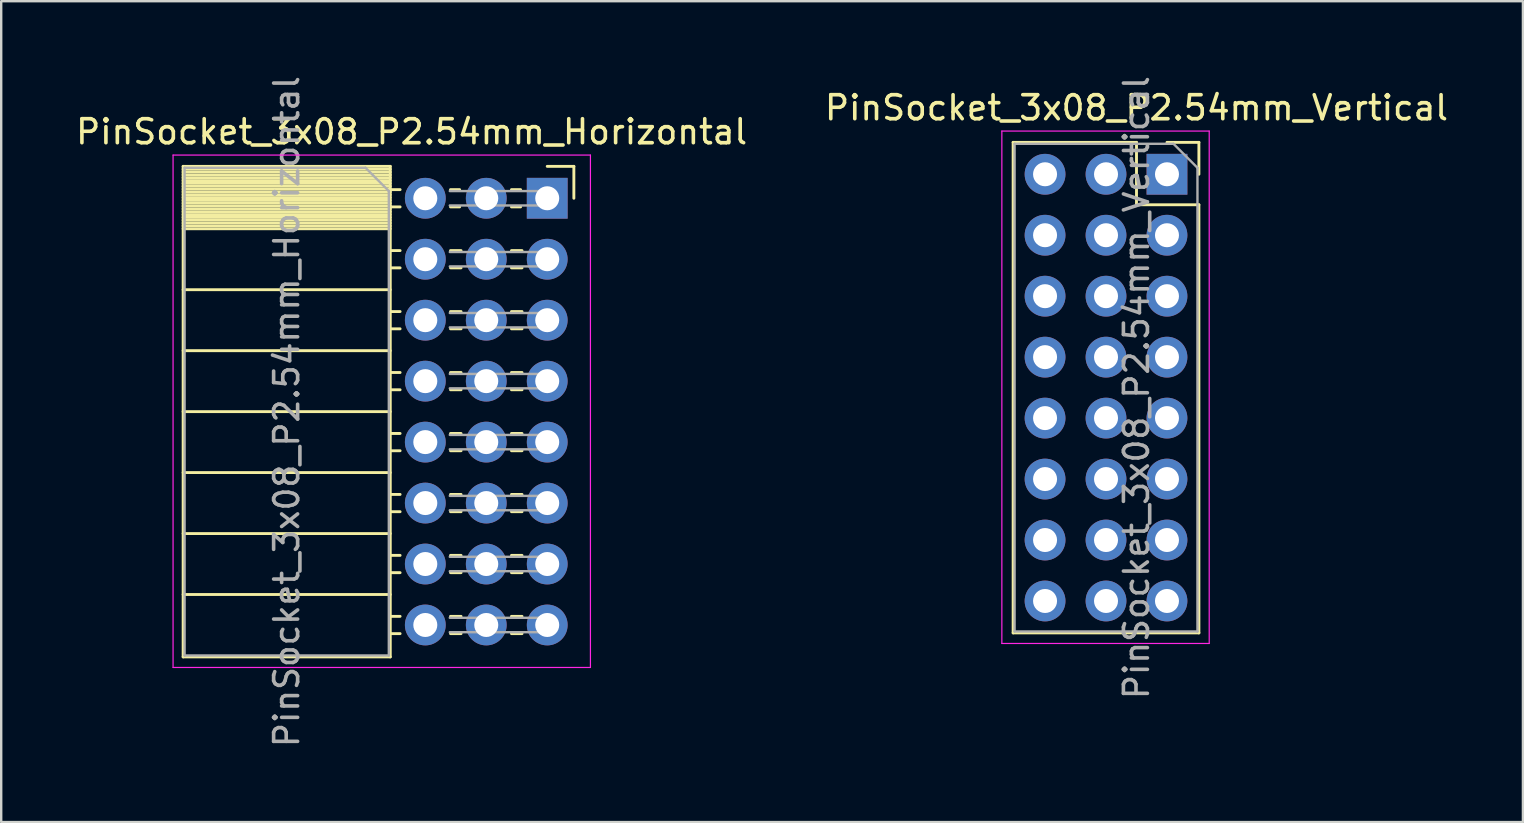
<source format=kicad_pcb>
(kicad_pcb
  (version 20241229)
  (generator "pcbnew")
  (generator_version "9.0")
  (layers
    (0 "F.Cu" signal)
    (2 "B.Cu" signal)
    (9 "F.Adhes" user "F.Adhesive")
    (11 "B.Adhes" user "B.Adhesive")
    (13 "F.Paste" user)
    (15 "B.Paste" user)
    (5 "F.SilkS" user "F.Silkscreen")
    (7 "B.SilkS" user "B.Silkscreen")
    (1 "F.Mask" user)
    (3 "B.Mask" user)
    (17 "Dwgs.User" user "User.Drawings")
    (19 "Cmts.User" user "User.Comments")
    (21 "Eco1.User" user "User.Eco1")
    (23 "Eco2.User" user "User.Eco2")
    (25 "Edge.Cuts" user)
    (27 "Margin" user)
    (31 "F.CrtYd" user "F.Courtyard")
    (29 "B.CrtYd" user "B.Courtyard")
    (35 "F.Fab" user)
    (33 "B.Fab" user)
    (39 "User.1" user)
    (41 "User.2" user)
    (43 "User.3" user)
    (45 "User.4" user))
  (footprint "PinSocket_3x08_P2.54mm_Horizontal"
    (layer "F.Cu")
    (at 19.751 5.211)
    (property "Reference" "PinSocket_3x08_P2.54mm_Horizontal" (at -5.65 -2.77 0) (layer "F.SilkS") (effects (font (size 1 1) (thickness 0.15))))
    (attr through_hole)
    (fp_line (start -15.17 -1.33) (end -15.17 19.11) (stroke (width 0.12) (type solid)) (layer "F.SilkS"))
    (fp_line (start -15.17 -1.33) (end -6.54 -1.33) (stroke (width 0.12) (type solid)) (layer "F.SilkS"))
    (fp_line (start -15.17 -1.21) (end -6.54 -1.21) (stroke (width 0.12) (type solid)) (layer "F.SilkS"))
    (fp_line (start -15.17 -1.092) (end -6.54 -1.092) (stroke (width 0.12) (type solid)) (layer "F.SilkS"))
    (fp_line (start -15.17 -0.974) (end -6.54 -0.974) (stroke (width 0.12) (type solid)) (layer "F.SilkS"))
    (fp_line (start -15.17 -0.856) (end -6.54 -0.856) (stroke (width 0.12) (type solid)) (layer "F.SilkS"))
    (fp_line (start -15.17 -0.738) (end -6.54 -0.738) (stroke (width 0.12) (type solid)) (layer "F.SilkS"))
    (fp_line (start -15.17 -0.62) (end -6.54 -0.62) (stroke (width 0.12) (type solid)) (layer "F.SilkS"))
    (fp_line (start -15.17 -0.501) (end -6.54 -0.501) (stroke (width 0.12) (type solid)) (layer "F.SilkS"))
    (fp_line (start -15.17 -0.383) (end -6.54 -0.383) (stroke (width 0.12) (type solid)) (layer "F.SilkS"))
    (fp_line (start -15.17 -0.265) (end -6.54 -0.265) (stroke (width 0.12) (type solid)) (layer "F.SilkS"))
    (fp_line (start -15.17 -0.147) (end -6.54 -0.147) (stroke (width 0.12) (type solid)) (layer "F.SilkS"))
    (fp_line (start -15.17 -0.029) (end -6.54 -0.029) (stroke (width 0.12) (type solid)) (layer "F.SilkS"))
    (fp_line (start -15.17 0.089) (end -6.54 0.089) (stroke (width 0.12) (type solid)) (layer "F.SilkS"))
    (fp_line (start -15.17 0.207) (end -6.54 0.207) (stroke (width 0.12) (type solid)) (layer "F.SilkS"))
    (fp_line (start -15.17 0.325) (end -6.54 0.325) (stroke (width 0.12) (type solid)) (layer "F.SilkS"))
    (fp_line (start -15.17 0.443) (end -6.54 0.443) (stroke (width 0.12) (type solid)) (layer "F.SilkS"))
    (fp_line (start -15.17 0.561) (end -6.54 0.561) (stroke (width 0.12) (type solid)) (layer "F.SilkS"))
    (fp_line (start -15.17 0.68) (end -6.54 0.68) (stroke (width 0.12) (type solid)) (layer "F.SilkS"))
    (fp_line (start -15.17 0.798) (end -6.54 0.798) (stroke (width 0.12) (type solid)) (layer "F.SilkS"))
    (fp_line (start -15.17 0.916) (end -6.54 0.916) (stroke (width 0.12) (type solid)) (layer "F.SilkS"))
    (fp_line (start -15.17 1.034) (end -6.54 1.034) (stroke (width 0.12) (type solid)) (layer "F.SilkS"))
    (fp_line (start -15.17 1.152) (end -6.54 1.152) (stroke (width 0.12) (type solid)) (layer "F.SilkS"))
    (fp_line (start -15.17 1.27) (end -6.54 1.27) (stroke (width 0.12) (type solid)) (layer "F.SilkS"))
    (fp_line (start -15.17 3.81) (end -6.54 3.81) (stroke (width 0.12) (type solid)) (layer "F.SilkS"))
    (fp_line (start -15.17 6.35) (end -6.54 6.35) (stroke (width 0.12) (type solid)) (layer "F.SilkS"))
    (fp_line (start -15.17 8.89) (end -6.54 8.89) (stroke (width 0.12) (type solid)) (layer "F.SilkS"))
    (fp_line (start -15.17 11.43) (end -6.54 11.43) (stroke (width 0.12) (type solid)) (layer "F.SilkS"))
    (fp_line (start -15.17 13.97) (end -6.54 13.97) (stroke (width 0.12) (type solid)) (layer "F.SilkS"))
    (fp_line (start -15.17 16.51) (end -6.54 16.51) (stroke (width 0.12) (type solid)) (layer "F.SilkS"))
    (fp_line (start -15.17 19.11) (end -6.54 19.11) (stroke (width 0.12) (type solid)) (layer "F.SilkS"))
    (fp_line (start -6.54 -1.33) (end -6.54 19.11) (stroke (width 0.12) (type solid)) (layer "F.SilkS"))
    (fp_line (start -6.54 -0.36) (end -6.13 -0.36) (stroke (width 0.12) (type solid)) (layer "F.SilkS"))
    (fp_line (start -6.54 0.36) (end -6.13 0.36) (stroke (width 0.12) (type solid)) (layer "F.SilkS"))
    (fp_line (start -6.54 2.18) (end -6.13 2.18) (stroke (width 0.12) (type solid)) (layer "F.SilkS"))
    (fp_line (start -6.54 2.9) (end -6.13 2.9) (stroke (width 0.12) (type solid)) (layer "F.SilkS"))
    (fp_line (start -6.54 4.72) (end -6.13 4.72) (stroke (width 0.12) (type solid)) (layer "F.SilkS"))
    (fp_line (start -6.54 5.44) (end -6.13 5.44) (stroke (width 0.12) (type solid)) (layer "F.SilkS"))
    (fp_line (start -6.54 7.26) (end -6.13 7.26) (stroke (width 0.12) (type solid)) (layer "F.SilkS"))
    (fp_line (start -6.54 7.98) (end -6.13 7.98) (stroke (width 0.12) (type solid)) (layer "F.SilkS"))
    (fp_line (start -6.54 9.8) (end -6.13 9.8) (stroke (width 0.12) (type solid)) (layer "F.SilkS"))
    (fp_line (start -6.54 10.52) (end -6.13 10.52) (stroke (width 0.12) (type solid)) (layer "F.SilkS"))
    (fp_line (start -6.54 12.34) (end -6.13 12.34) (stroke (width 0.12) (type solid)) (layer "F.SilkS"))
    (fp_line (start -6.54 13.06) (end -6.13 13.06) (stroke (width 0.12) (type solid)) (layer "F.SilkS"))
    (fp_line (start -6.54 14.88) (end -6.13 14.88) (stroke (width 0.12) (type solid)) (layer "F.SilkS"))
    (fp_line (start -6.54 15.6) (end -6.13 15.6) (stroke (width 0.12) (type solid)) (layer "F.SilkS"))
    (fp_line (start -6.54 17.42) (end -6.13 17.42) (stroke (width 0.12) (type solid)) (layer "F.SilkS"))
    (fp_line (start -6.54 18.14) (end -6.13 18.14) (stroke (width 0.12) (type solid)) (layer "F.SilkS"))
    (fp_line (start -4.03 -0.36) (end -3.65 -0.36) (stroke (width 0.12) (type solid)) (layer "F.SilkS"))
    (fp_line (start -4.03 0.36) (end -3.65 0.36) (stroke (width 0.12) (type solid)) (layer "F.SilkS"))
    (fp_line (start -4.03 2.18) (end -3.59 2.18) (stroke (width 0.12) (type solid)) (layer "F.SilkS"))
    (fp_line (start -4.03 2.9) (end -3.59 2.9) (stroke (width 0.12) (type solid)) (layer "F.SilkS"))
    (fp_line (start -4.03 4.72) (end -3.59 4.72) (stroke (width 0.12) (type solid)) (layer "F.SilkS"))
    (fp_line (start -4.03 5.44) (end -3.59 5.44) (stroke (width 0.12) (type solid)) (layer "F.SilkS"))
    (fp_line (start -4.03 7.26) (end -3.59 7.26) (stroke (width 0.12) (type solid)) (layer "F.SilkS"))
    (fp_line (start -4.03 7.98) (end -3.59 7.98) (stroke (width 0.12) (type solid)) (layer "F.SilkS"))
    (fp_line (start -4.03 9.8) (end -3.59 9.8) (stroke (width 0.12) (type solid)) (layer "F.SilkS"))
    (fp_line (start -4.03 10.52) (end -3.59 10.52) (stroke (width 0.12) (type solid)) (layer "F.SilkS"))
    (fp_line (start -4.03 12.34) (end -3.59 12.34) (stroke (width 0.12) (type solid)) (layer "F.SilkS"))
    (fp_line (start -4.03 13.06) (end -3.59 13.06) (stroke (width 0.12) (type solid)) (layer "F.SilkS"))
    (fp_line (start -4.03 14.88) (end -3.59 14.88) (stroke (width 0.12) (type solid)) (layer "F.SilkS"))
    (fp_line (start -4.03 15.6) (end -3.59 15.6) (stroke (width 0.12) (type solid)) (layer "F.SilkS"))
    (fp_line (start -4.03 17.42) (end -3.59 17.42) (stroke (width 0.12) (type solid)) (layer "F.SilkS"))
    (fp_line (start -4.03 18.14) (end -3.59 18.14) (stroke (width 0.12) (type solid)) (layer "F.SilkS"))
    (fp_line (start -1.49 -0.36) (end -1.11 -0.36) (stroke (width 0.12) (type solid)) (layer "F.SilkS"))
    (fp_line (start -1.49 0.36) (end -1.11 0.36) (stroke (width 0.12) (type solid)) (layer "F.SilkS"))
    (fp_line (start -1.49 2.18) (end -1.05 2.18) (stroke (width 0.12) (type solid)) (layer "F.SilkS"))
    (fp_line (start -1.49 2.9) (end -1.05 2.9) (stroke (width 0.12) (type solid)) (layer "F.SilkS"))
    (fp_line (start -1.49 4.72) (end -1.05 4.72) (stroke (width 0.12) (type solid)) (layer "F.SilkS"))
    (fp_line (start -1.49 5.44) (end -1.05 5.44) (stroke (width 0.12) (type solid)) (layer "F.SilkS"))
    (fp_line (start -1.49 7.26) (end -1.05 7.26) (stroke (width 0.12) (type solid)) (layer "F.SilkS"))
    (fp_line (start -1.49 7.98) (end -1.05 7.98) (stroke (width 0.12) (type solid)) (layer "F.SilkS"))
    (fp_line (start -1.49 9.8) (end -1.05 9.8) (stroke (width 0.12) (type solid)) (layer "F.SilkS"))
    (fp_line (start -1.49 10.52) (end -1.05 10.52) (stroke (width 0.12) (type solid)) (layer "F.SilkS"))
    (fp_line (start -1.49 12.34) (end -1.05 12.34) (stroke (width 0.12) (type solid)) (layer "F.SilkS"))
    (fp_line (start -1.49 13.06) (end -1.05 13.06) (stroke (width 0.12) (type solid)) (layer "F.SilkS"))
    (fp_line (start -1.49 14.88) (end -1.05 14.88) (stroke (width 0.12) (type solid)) (layer "F.SilkS"))
    (fp_line (start -1.49 15.6) (end -1.05 15.6) (stroke (width 0.12) (type solid)) (layer "F.SilkS"))
    (fp_line (start -1.49 17.42) (end -1.05 17.42) (stroke (width 0.12) (type solid)) (layer "F.SilkS"))
    (fp_line (start -1.49 18.14) (end -1.05 18.14) (stroke (width 0.12) (type solid)) (layer "F.SilkS"))
    (fp_line (start 0 -1.33) (end 1.11 -1.33) (stroke (width 0.12) (type solid)) (layer "F.SilkS"))
    (fp_line (start 1.11 -1.33) (end 1.11 0) (stroke (width 0.12) (type solid)) (layer "F.SilkS"))
    (fp_line (start -15.59 -1.8) (end -15.59 19.55) (stroke (width 0.05) (type solid)) (layer "F.CrtYd"))
    (fp_line (start -15.59 19.55) (end 1.8 19.55) (stroke (width 0.05) (type solid)) (layer "F.CrtYd"))
    (fp_line (start 1.8 -1.8) (end -15.59 -1.8) (stroke (width 0.05) (type solid)) (layer "F.CrtYd"))
    (fp_line (start 1.8 19.55) (end 1.8 -1.8) (stroke (width 0.05) (type solid)) (layer "F.CrtYd"))
    (fp_line (start -15.11 -1.27) (end -7.57 -1.27) (stroke (width 0.1) (type solid)) (layer "F.Fab"))
    (fp_line (start -15.11 19.05) (end -15.11 -1.27) (stroke (width 0.1) (type solid)) (layer "F.Fab"))
    (fp_line (start -7.57 -1.27) (end -6.6 -0.3) (stroke (width 0.1) (type solid)) (layer "F.Fab"))
    (fp_line (start -6.6 -0.3) (end -6.6 19.05) (stroke (width 0.1) (type solid)) (layer "F.Fab"))
    (fp_line (start -6.6 19.05) (end -15.11 19.05) (stroke (width 0.1) (type solid)) (layer "F.Fab"))
    (fp_line (start -4.06 0.3) (end 0 0.3) (stroke (width 0.1) (type solid)) (layer "F.Fab"))
    (fp_line (start -4.06 2.84) (end 0 2.84) (stroke (width 0.1) (type solid)) (layer "F.Fab"))
    (fp_line (start -4.06 5.38) (end 0 5.38) (stroke (width 0.1) (type solid)) (layer "F.Fab"))
    (fp_line (start -4.06 7.92) (end 0 7.92) (stroke (width 0.1) (type solid)) (layer "F.Fab"))
    (fp_line (start -4.06 10.46) (end 0 10.46) (stroke (width 0.1) (type solid)) (layer "F.Fab"))
    (fp_line (start -4.06 13) (end 0 13) (stroke (width 0.1) (type solid)) (layer "F.Fab"))
    (fp_line (start -4.06 15.54) (end 0 15.54) (stroke (width 0.1) (type solid)) (layer "F.Fab"))
    (fp_line (start -4.06 18.08) (end 0 18.08) (stroke (width 0.1) (type solid)) (layer "F.Fab"))
    (fp_line (start 0 -0.3) (end -4.06 -0.3) (stroke (width 0.1) (type solid)) (layer "F.Fab"))
    (fp_line (start 0 0.3) (end 0 -0.3) (stroke (width 0.1) (type solid)) (layer "F.Fab"))
    (fp_line (start 0 2.24) (end -4.06 2.24) (stroke (width 0.1) (type solid)) (layer "F.Fab"))
    (fp_line (start 0 2.84) (end 0 2.24) (stroke (width 0.1) (type solid)) (layer "F.Fab"))
    (fp_line (start 0 4.78) (end -4.06 4.78) (stroke (width 0.1) (type solid)) (layer "F.Fab"))
    (fp_line (start 0 5.38) (end 0 4.78) (stroke (width 0.1) (type solid)) (layer "F.Fab"))
    (fp_line (start 0 7.32) (end -4.06 7.32) (stroke (width 0.1) (type solid)) (layer "F.Fab"))
    (fp_line (start 0 7.92) (end 0 7.32) (stroke (width 0.1) (type solid)) (layer "F.Fab"))
    (fp_line (start 0 9.86) (end -4.06 9.86) (stroke (width 0.1) (type solid)) (layer "F.Fab"))
    (fp_line (start 0 10.46) (end 0 9.86) (stroke (width 0.1) (type solid)) (layer "F.Fab"))
    (fp_line (start 0 12.4) (end -4.06 12.4) (stroke (width 0.1) (type solid)) (layer "F.Fab"))
    (fp_line (start 0 13) (end 0 12.4) (stroke (width 0.1) (type solid)) (layer "F.Fab"))
    (fp_line (start 0 14.94) (end -4.06 14.94) (stroke (width 0.1) (type solid)) (layer "F.Fab"))
    (fp_line (start 0 15.54) (end 0 14.94) (stroke (width 0.1) (type solid)) (layer "F.Fab"))
    (fp_line (start 0 17.48) (end -4.06 17.48) (stroke (width 0.1) (type solid)) (layer "F.Fab"))
    (fp_line (start 0 18.08) (end 0 17.48) (stroke (width 0.1) (type solid)) (layer "F.Fab"))
    (fp_text user "${REFERENCE}" (at -10.855 8.89 90) (layer "F.Fab") (effects (font (size 1 1) (thickness 0.15))))
    (pad "1A" thru_hole rect (at 0 0) (size 1.7 1.7) (drill 1) (layers "*.Cu" "*.Mask"))
    (pad "1B" thru_hole oval (at -2.54 0) (size 1.7 1.7) (drill 1) (layers "*.Cu" "*.Mask"))
    (pad "1C" thru_hole oval (at -5.08 0) (size 1.7 1.7) (drill 1) (layers "*.Cu" "*.Mask"))
    (pad "2A" thru_hole oval (at 0 2.54) (size 1.7 1.7) (drill 1) (layers "*.Cu" "*.Mask"))
    (pad "2B" thru_hole oval (at -2.54 2.54) (size 1.7 1.7) (drill 1) (layers "*.Cu" "*.Mask"))
    (pad "2C" thru_hole oval (at -5.08 2.54) (size 1.7 1.7) (drill 1) (layers "*.Cu" "*.Mask"))
    (pad "3A" thru_hole oval (at 0 5.08) (size 1.7 1.7) (drill 1) (layers "*.Cu" "*.Mask"))
    (pad "3B" thru_hole oval (at -2.54 5.08) (size 1.7 1.7) (drill 1) (layers "*.Cu" "*.Mask"))
    (pad "3C" thru_hole oval (at -5.08 5.08) (size 1.7 1.7) (drill 1) (layers "*.Cu" "*.Mask"))
    (pad "4A" thru_hole oval (at 0 7.62) (size 1.7 1.7) (drill 1) (layers "*.Cu" "*.Mask"))
    (pad "4B" thru_hole oval (at -2.54 7.62) (size 1.7 1.7) (drill 1) (layers "*.Cu" "*.Mask"))
    (pad "4C" thru_hole oval (at -5.08 7.62) (size 1.7 1.7) (drill 1) (layers "*.Cu" "*.Mask"))
    (pad "5A" thru_hole oval (at 0 10.16) (size 1.7 1.7) (drill 1) (layers "*.Cu" "*.Mask"))
    (pad "5B" thru_hole oval (at -2.54 10.16) (size 1.7 1.7) (drill 1) (layers "*.Cu" "*.Mask"))
    (pad "5C" thru_hole oval (at -5.08 10.16) (size 1.7 1.7) (drill 1) (layers "*.Cu" "*.Mask"))
    (pad "6A" thru_hole oval (at 0 12.7) (size 1.7 1.7) (drill 1) (layers "*.Cu" "*.Mask"))
    (pad "6B" thru_hole oval (at -2.54 12.7) (size 1.7 1.7) (drill 1) (layers "*.Cu" "*.Mask"))
    (pad "6C" thru_hole oval (at -5.08 12.7) (size 1.7 1.7) (drill 1) (layers "*.Cu" "*.Mask"))
    (pad "7A" thru_hole oval (at 0 15.24) (size 1.7 1.7) (drill 1) (layers "*.Cu" "*.Mask"))
    (pad "7B" thru_hole oval (at -2.54 15.24) (size 1.7 1.7) (drill 1) (layers "*.Cu" "*.Mask"))
    (pad "7C" thru_hole oval (at -5.08 15.24) (size 1.7 1.7) (drill 1) (layers "*.Cu" "*.Mask"))
    (pad "8A" thru_hole oval (at 0 17.78) (size 1.7 1.7) (drill 1) (layers "*.Cu" "*.Mask"))
    (pad "8B" thru_hole oval (at -2.54 17.78) (size 1.7 1.7) (drill 1) (layers "*.Cu" "*.Mask"))
    (pad "8C" thru_hole oval (at -5.08 17.78) (size 1.7 1.7) (drill 1) (layers "*.Cu" "*.Mask")))
  (footprint "PinSocket_3x08_P2.54mm_Vertical"
    (layer "F.Cu")
    (at 45.574 4.211)
    (property "Reference" "PinSocket_3x08_P2.54mm_Vertical" (at -1.27 -2.77 0) (layer "F.SilkS") (effects (font (size 1 1) (thickness 0.15))))
    (attr through_hole)
    (fp_line (start -6.41 -1.33) (end -6.41 19.11) (stroke (width 0.12) (type solid)) (layer "F.SilkS"))
    (fp_line (start -6.41 -1.33) (end -1.27 -1.33) (stroke (width 0.12) (type solid)) (layer "F.SilkS"))
    (fp_line (start -6.41 19.11) (end 1.33 19.11) (stroke (width 0.12) (type solid)) (layer "F.SilkS"))
    (fp_line (start -1.27 -1.33) (end -1.27 1.27) (stroke (width 0.12) (type solid)) (layer "F.SilkS"))
    (fp_line (start -1.27 1.27) (end 1.33 1.27) (stroke (width 0.12) (type solid)) (layer "F.SilkS"))
    (fp_line (start 0 -1.33) (end 1.33 -1.33) (stroke (width 0.12) (type solid)) (layer "F.SilkS"))
    (fp_line (start 1.33 -1.33) (end 1.33 0) (stroke (width 0.12) (type solid)) (layer "F.SilkS"))
    (fp_line (start 1.33 1.27) (end 1.33 19.11) (stroke (width 0.12) (type solid)) (layer "F.SilkS"))
    (fp_line (start -6.88 -1.8) (end 1.76 -1.8) (stroke (width 0.05) (type solid)) (layer "F.CrtYd"))
    (fp_line (start -6.88 19.55) (end -6.88 -1.8) (stroke (width 0.05) (type solid)) (layer "F.CrtYd"))
    (fp_line (start 1.76 -1.8) (end 1.76 19.55) (stroke (width 0.05) (type solid)) (layer "F.CrtYd"))
    (fp_line (start 1.76 19.55) (end -6.88 19.55) (stroke (width 0.05) (type solid)) (layer "F.CrtYd"))
    (fp_line (start -6.35 -1.27) (end 0.27 -1.27) (stroke (width 0.1) (type solid)) (layer "F.Fab"))
    (fp_line (start -6.35 19.05) (end -6.35 -1.27) (stroke (width 0.1) (type solid)) (layer "F.Fab"))
    (fp_line (start 0.27 -1.27) (end 1.27 -0.27) (stroke (width 0.1) (type solid)) (layer "F.Fab"))
    (fp_line (start 1.27 -0.27) (end 1.27 19.05) (stroke (width 0.1) (type solid)) (layer "F.Fab"))
    (fp_line (start 1.27 19.05) (end -6.35 19.05) (stroke (width 0.1) (type solid)) (layer "F.Fab"))
    (fp_text user "${REFERENCE}" (at -1.27 8.89 90) (layer "F.Fab") (effects (font (size 1 1) (thickness 0.15))))
    (pad "1A" thru_hole rect (at 0 0) (size 1.7 1.7) (drill 1) (layers "*.Cu" "*.Mask"))
    (pad "1B" thru_hole oval (at -2.54 0) (size 1.7 1.7) (drill 1) (layers "*.Cu" "*.Mask"))
    (pad "1C" thru_hole oval (at -5.08 0) (size 1.7 1.7) (drill 1) (layers "*.Cu" "*.Mask"))
    (pad "2A" thru_hole oval (at 0 2.54) (size 1.7 1.7) (drill 1) (layers "*.Cu" "*.Mask"))
    (pad "2B" thru_hole oval (at -2.54 2.54) (size 1.7 1.7) (drill 1) (layers "*.Cu" "*.Mask"))
    (pad "2C" thru_hole oval (at -5.08 2.54) (size 1.7 1.7) (drill 1) (layers "*.Cu" "*.Mask"))
    (pad "3A" thru_hole oval (at 0 5.08) (size 1.7 1.7) (drill 1) (layers "*.Cu" "*.Mask"))
    (pad "3B" thru_hole oval (at -2.54 5.08) (size 1.7 1.7) (drill 1) (layers "*.Cu" "*.Mask"))
    (pad "3C" thru_hole oval (at -5.08 5.08) (size 1.7 1.7) (drill 1) (layers "*.Cu" "*.Mask"))
    (pad "4A" thru_hole oval (at 0 7.62) (size 1.7 1.7) (drill 1) (layers "*.Cu" "*.Mask"))
    (pad "4B" thru_hole oval (at -2.54 7.62) (size 1.7 1.7) (drill 1) (layers "*.Cu" "*.Mask"))
    (pad "4C" thru_hole oval (at -5.08 7.62) (size 1.7 1.7) (drill 1) (layers "*.Cu" "*.Mask"))
    (pad "5A" thru_hole oval (at 0 10.16) (size 1.7 1.7) (drill 1) (layers "*.Cu" "*.Mask"))
    (pad "5B" thru_hole oval (at -2.54 10.16) (size 1.7 1.7) (drill 1) (layers "*.Cu" "*.Mask"))
    (pad "5C" thru_hole oval (at -5.08 10.16) (size 1.7 1.7) (drill 1) (layers "*.Cu" "*.Mask"))
    (pad "6A" thru_hole oval (at 0 12.7) (size 1.7 1.7) (drill 1) (layers "*.Cu" "*.Mask"))
    (pad "6B" thru_hole oval (at -2.54 12.7) (size 1.7 1.7) (drill 1) (layers "*.Cu" "*.Mask"))
    (pad "6C" thru_hole oval (at -5.08 12.7) (size 1.7 1.7) (drill 1) (layers "*.Cu" "*.Mask"))
    (pad "7A" thru_hole oval (at 0 15.24) (size 1.7 1.7) (drill 1) (layers "*.Cu" "*.Mask"))
    (pad "7B" thru_hole oval (at -2.54 15.24) (size 1.7 1.7) (drill 1) (layers "*.Cu" "*.Mask"))
    (pad "7C" thru_hole oval (at -5.08 15.24) (size 1.7 1.7) (drill 1) (layers "*.Cu" "*.Mask"))
    (pad "8A" thru_hole oval (at 0 17.78) (size 1.7 1.7) (drill 1) (layers "*.Cu" "*.Mask"))
    (pad "8B" thru_hole oval (at -2.54 17.78) (size 1.7 1.7) (drill 1) (layers "*.Cu" "*.Mask"))
    (pad "8C" thru_hole oval (at -5.08 17.78) (size 1.7 1.7) (drill 1) (layers "*.Cu" "*.Mask")))
  (gr_rect
    (start -3 -3)
    (end 60.405 31.202)
    (stroke (width 0.1) (type default))
    (fill no)
    (layer "Edge.Cuts")))
</source>
